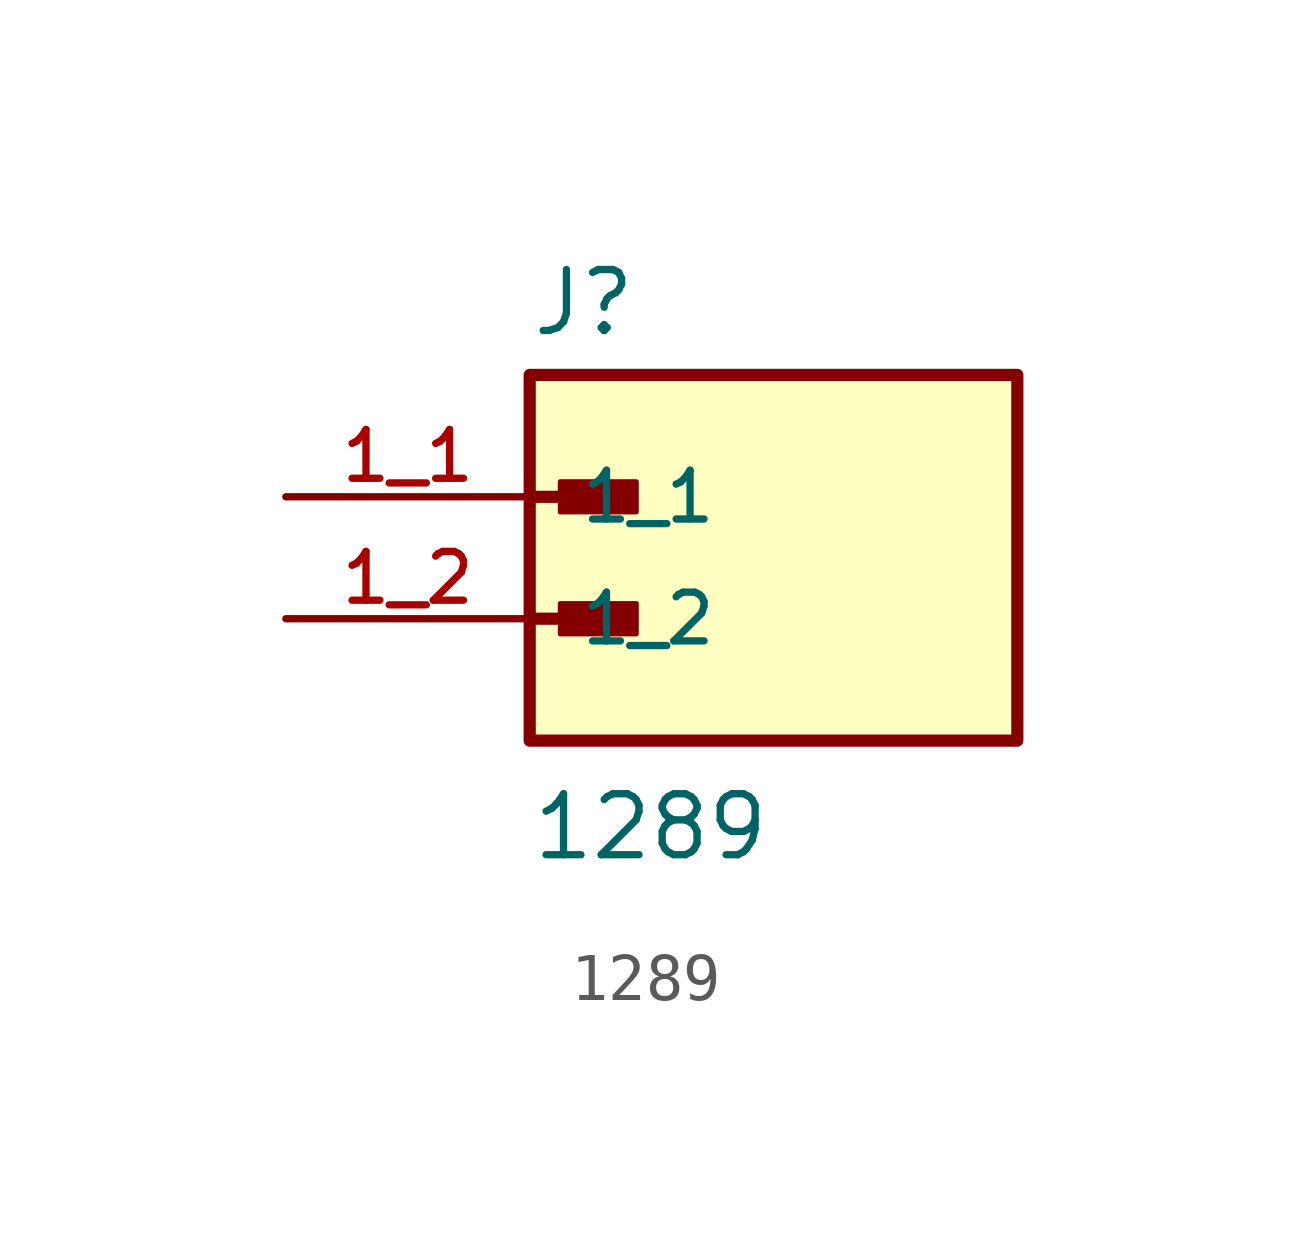
<source format=kicad_sym>
(kicad_symbol_lib
  (version 20211014)
  (generator kicad_symbol_editor)
  (symbol "1289"
    (pin_names
      (offset 1.016))
    (property "Reference" "J"
      (at -5.08 5.842 0)
      (effects (font (size 1.27 1.27)) (justify bottom left)))
    (property "Value" "1289"
      (at -5.08 -5.08 0)
      (effects (font (size 1.27 1.27)) (justify bottom left)))
    (symbol "1289_0_0"
      (polyline (pts (xy -5.08 2.54) (xy -3.175 2.54)) (stroke (width 0.254)))
      (rectangle (start -4.445 2.223) (end -2.857 2.857) (stroke (width 0.1)) (fill (type outline)))
      (polyline (pts (xy -5.08 0.0) (xy -3.175 0.0)) (stroke (width 0.254)))
      (rectangle (start -4.445 -0.318) (end -2.857 0.318) (stroke (width 0.1)) (fill (type outline)))
      (rectangle (start -5.08 -2.54) (end 5.08 5.08) (stroke (width 0.254)) (fill (type background)))
      (pin passive line (at -10.16 2.54 0) (length 5.08) (name "1_1" (effects (font (size 1.016 1.016)))) (number "1_1" (effects (font (size 1.016 1.016)))))
      (pin passive line (at -10.16 0.0 0) (length 5.08) (name "1_2" (effects (font (size 1.016 1.016)))) (number "1_2" (effects (font (size 1.016 1.016))))))))
</source>
